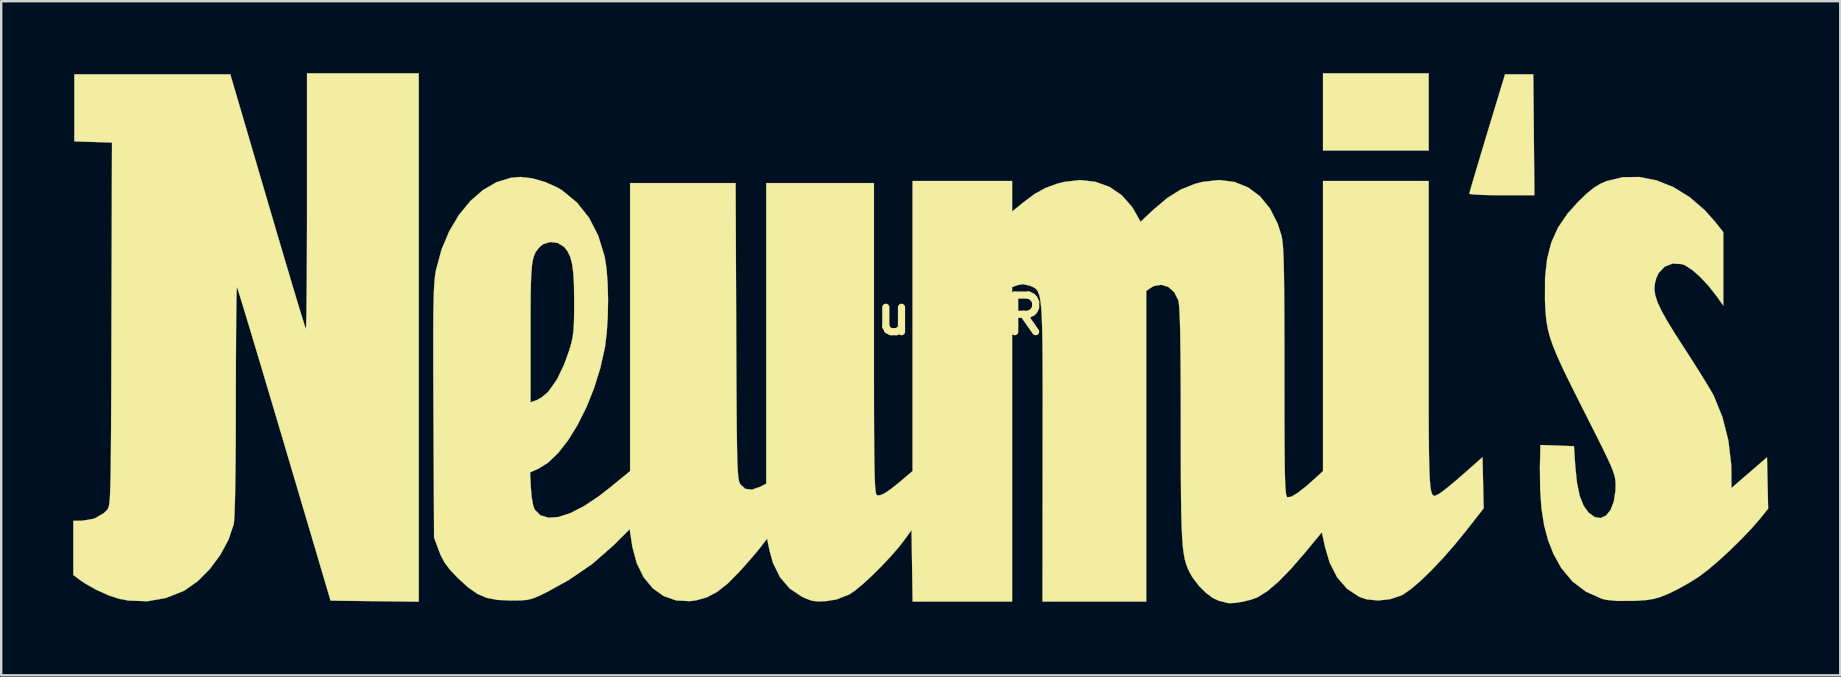
<source format=kicad_pcb>
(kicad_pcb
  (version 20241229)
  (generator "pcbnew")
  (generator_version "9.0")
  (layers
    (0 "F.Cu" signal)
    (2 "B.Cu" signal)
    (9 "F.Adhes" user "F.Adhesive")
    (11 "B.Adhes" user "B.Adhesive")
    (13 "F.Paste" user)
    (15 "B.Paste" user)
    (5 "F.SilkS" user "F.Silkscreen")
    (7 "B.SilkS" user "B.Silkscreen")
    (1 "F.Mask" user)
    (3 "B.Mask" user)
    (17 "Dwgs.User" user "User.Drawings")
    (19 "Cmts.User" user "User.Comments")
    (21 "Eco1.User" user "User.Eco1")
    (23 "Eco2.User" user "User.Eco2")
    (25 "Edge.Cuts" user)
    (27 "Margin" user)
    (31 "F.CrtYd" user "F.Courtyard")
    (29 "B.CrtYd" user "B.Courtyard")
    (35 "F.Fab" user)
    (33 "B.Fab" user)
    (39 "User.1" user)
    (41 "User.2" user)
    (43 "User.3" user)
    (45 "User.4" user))
  (footprint "neumisRev"
    (layer "F.Cu")
    (at 36.835 10.08)
    (property "Reference" "neumisRev" (at 0 0 0) (layer "F.SilkS") (effects (font (size 1.524 1.524) (thickness 0.3))))
    (attr through_hole)
    (fp_poly (pts (xy 19.643 -6.858) (xy 15.24 -6.858) (xy 15.24 -10.075) (xy 19.643 -10.075) (xy 19.643 -6.858)) (stroke (width 0.01) (type solid)) (fill yes) (layer "F.SilkS"))
    (fp_poly (pts (xy 24.025 -7.514) (xy 24.048 -4.995) (xy 22.692 -4.995) (xy 22.234 -4.999) (xy 21.843 -5.009) (xy 21.545 -5.025) (xy 21.371 -5.045) (xy 21.336 -5.059) (xy 21.36 -5.153) (xy 21.427 -5.388) (xy 21.531 -5.745) (xy 21.667 -6.203) (xy 21.828 -6.741) (xy 22.008 -7.339) (xy 22.08 -7.578) (xy 22.824 -10.033) (xy 24.003 -10.033) (xy 24.025 -7.514)) (stroke (width 0.01) (type solid)) (fill yes) (layer "F.SilkS"))
    (fp_poly (pts (xy -22.437 11.941) (xy -26.112 11.896) (xy -28.039 5.386) (xy -28.34 4.372) (xy -28.627 3.406) (xy -28.897 2.499) (xy -29.147 1.664) (xy -29.372 0.913) (xy -29.57 0.258) (xy -29.735 -0.288) (xy -29.865 -0.714) (xy -29.957 -1.006) (xy -30.005 -1.153) (xy -30.012 -1.168) (xy -30.02 -1.095) (xy -30.028 -0.867) (xy -30.035 -0.499) (xy -30.042 -0.007) (xy -30.048 0.595) (xy -30.052 1.292) (xy -30.056 2.069) (xy -30.058 2.91) (xy -30.059 3.563) (xy -30.061 4.654) (xy -30.066 5.636) (xy -30.074 6.499) (xy -30.085 7.235) (xy -30.098 7.836) (xy -30.114 8.291) (xy -30.132 8.593) (xy -30.148 8.718) (xy -30.366 9.359) (xy -30.708 9.994) (xy -31.146 10.583) (xy -31.648 11.087) (xy -32.185 11.466) (xy -32.234 11.492) (xy -32.968 11.785) (xy -33.743 11.921) (xy -34.53 11.894) (xy -34.925 11.819) (xy -35.379 11.668) (xy -35.878 11.442) (xy -36.344 11.18) (xy -36.555 11.035) (xy -36.83 10.829) (xy -36.83 8.573) (xy -36.451 8.565) (xy -35.964 8.482) (xy -35.563 8.254) (xy -35.433 8.128) (xy -35.404 8.092) (xy -35.378 8.047) (xy -35.356 7.982) (xy -35.336 7.886) (xy -35.32 7.748) (xy -35.305 7.558) (xy -35.293 7.306) (xy -35.283 6.981) (xy -35.275 6.571) (xy -35.268 6.068) (xy -35.262 5.459) (xy -35.257 4.734) (xy -35.253 3.884) (xy -35.249 2.896) (xy -35.245 1.762) (xy -35.241 0.469) (xy -35.241 0.375) (xy -35.219 -7.19) (xy -36.003 -7.215) (xy -36.788 -7.239) (xy -36.788 -10.033) (xy -30.289 -10.033) (xy -28.739 -4.754) (xy -28.471 -3.843) (xy -28.217 -2.98) (xy -27.979 -2.179) (xy -27.763 -1.454) (xy -27.573 -0.818) (xy -27.412 -0.285) (xy -27.284 0.132) (xy -27.195 0.418) (xy -27.148 0.559) (xy -27.142 0.572) (xy -27.133 0.499) (xy -27.125 0.27) (xy -27.118 -0.1) (xy -27.111 -0.597) (xy -27.105 -1.207) (xy -27.101 -1.916) (xy -27.097 -2.71) (xy -27.094 -3.575) (xy -27.093 -4.496) (xy -27.093 -4.727) (xy -27.093 -10.075) (xy -22.437 -10.075) (xy -22.437 11.941)) (stroke (width 0.01) (type solid)) (fill yes) (layer "F.SilkS"))
    (fp_poly (pts (xy 29.141 -5.614) (xy 29.846 -5.33) (xy 30.523 -4.911) (xy 31.157 -4.362) (xy 31.591 -3.872) (xy 31.919 -3.456) (xy 31.919 -0.398) (xy 31.655 -0.77) (xy 31.321 -1.199) (xy 30.969 -1.577) (xy 30.629 -1.878) (xy 30.33 -2.073) (xy 30.201 -2.124) (xy 29.816 -2.15) (xy 29.482 -2.024) (xy 29.229 -1.761) (xy 29.131 -1.554) (xy 29.067 -1.317) (xy 29.049 -1.08) (xy 29.085 -0.824) (xy 29.182 -0.527) (xy 29.349 -0.171) (xy 29.593 0.265) (xy 29.923 0.802) (xy 30.266 1.334) (xy 30.583 1.826) (xy 30.881 2.295) (xy 31.142 2.715) (xy 31.351 3.058) (xy 31.489 3.298) (xy 31.521 3.357) (xy 31.882 4.245) (xy 32.129 5.217) (xy 32.248 6.223) (xy 32.257 6.587) (xy 32.258 7.205) (xy 32.999 6.565) (xy 33.74 5.925) (xy 33.763 6.993) (xy 33.787 8.062) (xy 33.472 8.455) (xy 33.121 8.862) (xy 32.691 9.315) (xy 32.22 9.778) (xy 31.743 10.217) (xy 31.296 10.599) (xy 30.916 10.888) (xy 30.874 10.917) (xy 30.489 11.157) (xy 30.065 11.395) (xy 29.68 11.587) (xy 29.604 11.621) (xy 29.29 11.745) (xy 29.011 11.825) (xy 28.709 11.873) (xy 28.323 11.899) (xy 28.109 11.907) (xy 27.499 11.908) (xy 27.05 11.865) (xy 26.864 11.82) (xy 26.196 11.523) (xy 25.633 11.097) (xy 25.167 10.535) (xy 24.846 9.957) (xy 24.62 9.385) (xy 24.455 8.766) (xy 24.345 8.07) (xy 24.288 7.272) (xy 24.278 6.345) (xy 24.284 6.071) (xy 24.299 5.412) (xy 25.696 5.461) (xy 25.752 6.308) (xy 25.823 6.993) (xy 25.936 7.531) (xy 26.097 7.939) (xy 26.3 8.224) (xy 26.563 8.417) (xy 26.813 8.455) (xy 27.038 8.349) (xy 27.224 8.113) (xy 27.358 7.761) (xy 27.426 7.306) (xy 27.432 7.109) (xy 27.429 6.963) (xy 27.415 6.824) (xy 27.381 6.671) (xy 27.321 6.487) (xy 27.225 6.254) (xy 27.088 5.952) (xy 26.9 5.563) (xy 26.654 5.069) (xy 26.342 4.451) (xy 26.178 4.126) (xy 25.777 3.331) (xy 25.447 2.667) (xy 25.18 2.112) (xy 24.971 1.646) (xy 24.81 1.249) (xy 24.692 0.901) (xy 24.609 0.581) (xy 24.553 0.269) (xy 24.519 -0.055) (xy 24.497 -0.411) (xy 24.488 -0.651) (xy 24.492 -1.56) (xy 24.577 -2.344) (xy 24.754 -3.03) (xy 25.032 -3.646) (xy 25.42 -4.22) (xy 25.889 -4.741) (xy 26.24 -5.075) (xy 26.527 -5.309) (xy 26.795 -5.471) (xy 27.051 -5.583) (xy 27.726 -5.747) (xy 28.429 -5.755) (xy 29.141 -5.614)) (stroke (width 0.01) (type solid)) (fill yes) (layer "F.SilkS"))
    (fp_poly (pts (xy -17.712 -5.701) (xy -17.173 -5.547) (xy -16.662 -5.319) (xy -16.458 -5.197) (xy -15.844 -4.689) (xy -15.342 -4.058) (xy -14.958 -3.311) (xy -14.696 -2.457) (xy -14.686 -2.413) (xy -14.611 -1.915) (xy -14.566 -1.3) (xy -14.549 -0.62) (xy -14.562 0.076) (xy -14.604 0.738) (xy -14.675 1.314) (xy -14.685 1.368) (xy -14.875 2.218) (xy -15.134 3.048) (xy -15.45 3.836) (xy -15.812 4.562) (xy -16.207 5.204) (xy -16.624 5.74) (xy -17.051 6.148) (xy -17.447 6.395) (xy -17.799 6.554) (xy -17.763 7.235) (xy -17.731 7.584) (xy -17.679 7.886) (xy -17.618 8.084) (xy -17.607 8.104) (xy -17.367 8.34) (xy -17.034 8.441) (xy -16.617 8.411) (xy -16.124 8.251) (xy -15.563 7.964) (xy -14.941 7.551) (xy -14.475 7.19) (xy -13.631 6.5) (xy -13.631 -5.503) (xy -9.234 -5.503) (xy -9.21 0.66) (xy -9.205 1.834) (xy -9.201 2.85) (xy -9.196 3.721) (xy -9.19 4.458) (xy -9.183 5.073) (xy -9.175 5.577) (xy -9.166 5.984) (xy -9.154 6.303) (xy -9.14 6.548) (xy -9.124 6.73) (xy -9.105 6.861) (xy -9.082 6.953) (xy -9.056 7.018) (xy -9.036 7.052) (xy -8.829 7.239) (xy -8.554 7.272) (xy -8.208 7.152) (xy -7.959 7.023) (xy -7.959 -5.503) (xy -3.471 -5.503) (xy -3.471 0.976) (xy -3.471 2.189) (xy -3.47 3.244) (xy -3.468 4.151) (xy -3.465 4.922) (xy -3.46 5.566) (xy -3.454 6.096) (xy -3.446 6.522) (xy -3.436 6.855) (xy -3.424 7.105) (xy -3.409 7.284) (xy -3.392 7.403) (xy -3.372 7.472) (xy -3.348 7.503) (xy -3.344 7.505) (xy -3.211 7.506) (xy -3.017 7.418) (xy -2.745 7.231) (xy -2.376 6.935) (xy -2.307 6.876) (xy -1.863 6.499) (xy -1.863 -5.588) (xy 2.286 -5.588) (xy 2.286 -4.316) (xy 2.755 -4.698) (xy 3.228 -5.05) (xy 3.672 -5.297) (xy 4.154 -5.473) (xy 4.452 -5.55) (xy 5.121 -5.628) (xy 5.76 -5.555) (xy 6.347 -5.341) (xy 6.859 -4.993) (xy 7.273 -4.523) (xy 7.378 -4.352) (xy 7.638 -3.892) (xy 8.182 -4.401) (xy 8.756 -4.884) (xy 9.312 -5.231) (xy 9.891 -5.465) (xy 10.213 -5.55) (xy 10.905 -5.629) (xy 11.542 -5.551) (xy 12.115 -5.324) (xy 12.614 -4.952) (xy 13.03 -4.444) (xy 13.352 -3.806) (xy 13.505 -3.329) (xy 13.532 -3.203) (xy 13.554 -3.037) (xy 13.574 -2.818) (xy 13.59 -2.534) (xy 13.602 -2.172) (xy 13.613 -1.718) (xy 13.62 -1.159) (xy 13.625 -0.482) (xy 13.629 0.325) (xy 13.631 1.276) (xy 13.631 2.349) (xy 13.632 3.427) (xy 13.633 4.348) (xy 13.636 5.124) (xy 13.64 5.767) (xy 13.646 6.289) (xy 13.654 6.704) (xy 13.665 7.021) (xy 13.679 7.255) (xy 13.695 7.417) (xy 13.715 7.518) (xy 13.739 7.573) (xy 13.759 7.59) (xy 13.919 7.565) (xy 14.18 7.411) (xy 14.541 7.128) (xy 14.88 6.828) (xy 15.24 6.498) (xy 15.24 -5.588) (xy 19.643 -5.588) (xy 19.643 0.879) (xy 19.643 2.111) (xy 19.643 3.185) (xy 19.644 4.11) (xy 19.648 4.898) (xy 19.653 5.558) (xy 19.662 6.102) (xy 19.675 6.54) (xy 19.692 6.882) (xy 19.715 7.139) (xy 19.744 7.322) (xy 19.779 7.441) (xy 19.822 7.506) (xy 19.873 7.528) (xy 19.932 7.518) (xy 20.002 7.486) (xy 20.081 7.443) (xy 20.081 7.442) (xy 20.219 7.347) (xy 20.45 7.165) (xy 20.744 6.921) (xy 21.068 6.641) (xy 21.082 6.629) (xy 21.886 5.919) (xy 21.934 8.051) (xy 21.19 8.999) (xy 20.706 9.593) (xy 20.214 10.152) (xy 19.735 10.657) (xy 19.289 11.087) (xy 18.895 11.422) (xy 18.573 11.644) (xy 18.502 11.681) (xy 18.04 11.835) (xy 17.537 11.89) (xy 17.058 11.842) (xy 16.749 11.738) (xy 16.237 11.397) (xy 15.827 10.923) (xy 15.517 10.313) (xy 15.327 9.667) (xy 15.192 9.047) (xy 14.488 9.899) (xy 13.899 10.58) (xy 13.378 11.112) (xy 12.922 11.501) (xy 12.524 11.75) (xy 12.513 11.755) (xy 12.244 11.855) (xy 11.919 11.937) (xy 11.595 11.99) (xy 11.332 12.003) (xy 11.218 11.985) (xy 11.078 11.944) (xy 10.899 11.901) (xy 10.649 11.787) (xy 10.358 11.566) (xy 10.068 11.278) (xy 9.825 10.961) (xy 9.778 10.886) (xy 9.685 10.721) (xy 9.606 10.558) (xy 9.539 10.383) (xy 9.483 10.181) (xy 9.437 9.939) (xy 9.4 9.643) (xy 9.372 9.278) (xy 9.351 8.832) (xy 9.335 8.289) (xy 9.325 7.636) (xy 9.319 6.86) (xy 9.316 5.945) (xy 9.315 4.879) (xy 9.315 4.582) (xy 9.313 3.428) (xy 9.309 2.435) (xy 9.302 1.596) (xy 9.293 0.904) (xy 9.281 0.349) (xy 9.265 -0.075) (xy 9.246 -0.376) (xy 9.224 -0.562) (xy 9.214 -0.61) (xy 9.046 -0.947) (xy 8.801 -1.171) (xy 8.508 -1.265) (xy 8.202 -1.216) (xy 8.062 -1.138) (xy 7.874 -1.006) (xy 7.874 11.938) (xy 3.552 11.938) (xy 3.558 5.722) (xy 3.559 4.498) (xy 3.56 3.433) (xy 3.559 2.514) (xy 3.555 1.73) (xy 3.549 1.071) (xy 3.538 0.524) (xy 3.522 0.079) (xy 3.501 -0.276) (xy 3.472 -0.552) (xy 3.437 -0.761) (xy 3.393 -0.913) (xy 3.339 -1.021) (xy 3.276 -1.095) (xy 3.202 -1.147) (xy 3.116 -1.187) (xy 3.036 -1.221) (xy 2.744 -1.291) (xy 2.525 -1.252) (xy 2.286 -1.169) (xy 2.286 11.938) (xy -1.859 11.938) (xy -1.882 10.447) (xy -1.905 8.955) (xy -2.195 9.359) (xy -2.46 9.698) (xy -2.796 10.081) (xy -3.173 10.48) (xy -3.561 10.864) (xy -3.931 11.205) (xy -4.253 11.473) (xy -4.492 11.636) (xy -5.031 11.847) (xy -5.468 11.918) (xy -5.805 11.931) (xy -6.063 11.898) (xy -6.33 11.799) (xy -6.471 11.733) (xy -6.98 11.392) (xy -7.384 10.921) (xy -7.677 10.328) (xy -7.821 9.811) (xy -7.923 9.313) (xy -8.193 9.666) (xy -8.367 9.88) (xy -8.617 10.173) (xy -8.904 10.499) (xy -9.089 10.704) (xy -9.566 11.187) (xy -10.005 11.533) (xy -10.435 11.76) (xy -10.886 11.886) (xy -11.14 11.918) (xy -11.717 11.886) (xy -12.238 11.702) (xy -12.691 11.377) (xy -13.066 10.922) (xy -13.351 10.346) (xy -13.535 9.662) (xy -13.555 9.539) (xy -13.648 8.918) (xy -14.338 9.606) (xy -15.206 10.367) (xy -16.203 11.048) (xy -17.093 11.537) (xy -17.432 11.703) (xy -17.688 11.807) (xy -17.92 11.863) (xy -18.192 11.887) (xy -18.564 11.891) (xy -18.617 11.891) (xy -19.158 11.866) (xy -19.601 11.781) (xy -19.992 11.615) (xy -20.377 11.347) (xy -20.804 10.958) (xy -20.835 10.926) (xy -21.149 10.594) (xy -21.366 10.304) (xy -21.524 10.003) (xy -21.596 9.821) (xy -21.799 9.271) (xy -21.825 4.022) (xy -21.83 2.922) (xy -21.833 1.978) (xy -21.833 1.175) (xy -21.832 0.755) (xy -17.78 0.755) (xy -17.78 3.632) (xy -17.528 3.544) (xy -17.313 3.424) (xy -17.083 3.231) (xy -17.02 3.164) (xy -16.681 2.685) (xy -16.378 2.056) (xy -16.158 1.437) (xy -16.081 1.17) (xy -16.026 0.919) (xy -15.99 0.645) (xy -15.97 0.31) (xy -15.961 -0.126) (xy -15.96 -0.55) (xy -15.968 -1.215) (xy -15.996 -1.735) (xy -16.048 -2.135) (xy -16.128 -2.438) (xy -16.242 -2.67) (xy -16.385 -2.846) (xy -16.652 -3.009) (xy -16.96 -3.047) (xy -17.25 -2.959) (xy -17.364 -2.871) (xy -17.471 -2.757) (xy -17.558 -2.638) (xy -17.627 -2.495) (xy -17.68 -2.312) (xy -17.719 -2.069) (xy -17.746 -1.748) (xy -17.764 -1.332) (xy -17.774 -0.803) (xy -17.779 -0.142) (xy -17.78 0.668) (xy -17.78 0.755) (xy -21.832 0.755) (xy -21.832 0.501) (xy -21.828 -0.06) (xy -21.82 -0.521) (xy -21.81 -0.896) (xy -21.796 -1.199) (xy -21.778 -1.443) (xy -21.757 -1.643) (xy -21.731 -1.813) (xy -21.714 -1.9) (xy -21.487 -2.736) (xy -21.165 -3.499) (xy -20.762 -4.176) (xy -20.29 -4.751) (xy -19.764 -5.211) (xy -19.196 -5.539) (xy -18.599 -5.723) (xy -18.206 -5.757) (xy -17.712 -5.701)) (stroke (width 0.01) (type solid)) (fill yes) (layer "F.SilkS")))
  (gr_rect
    (start -3 -3)
    (end 73.627 25.089)
    (stroke (width 0.1) (type default))
    (fill no)
    (layer "Edge.Cuts")))
</source>
